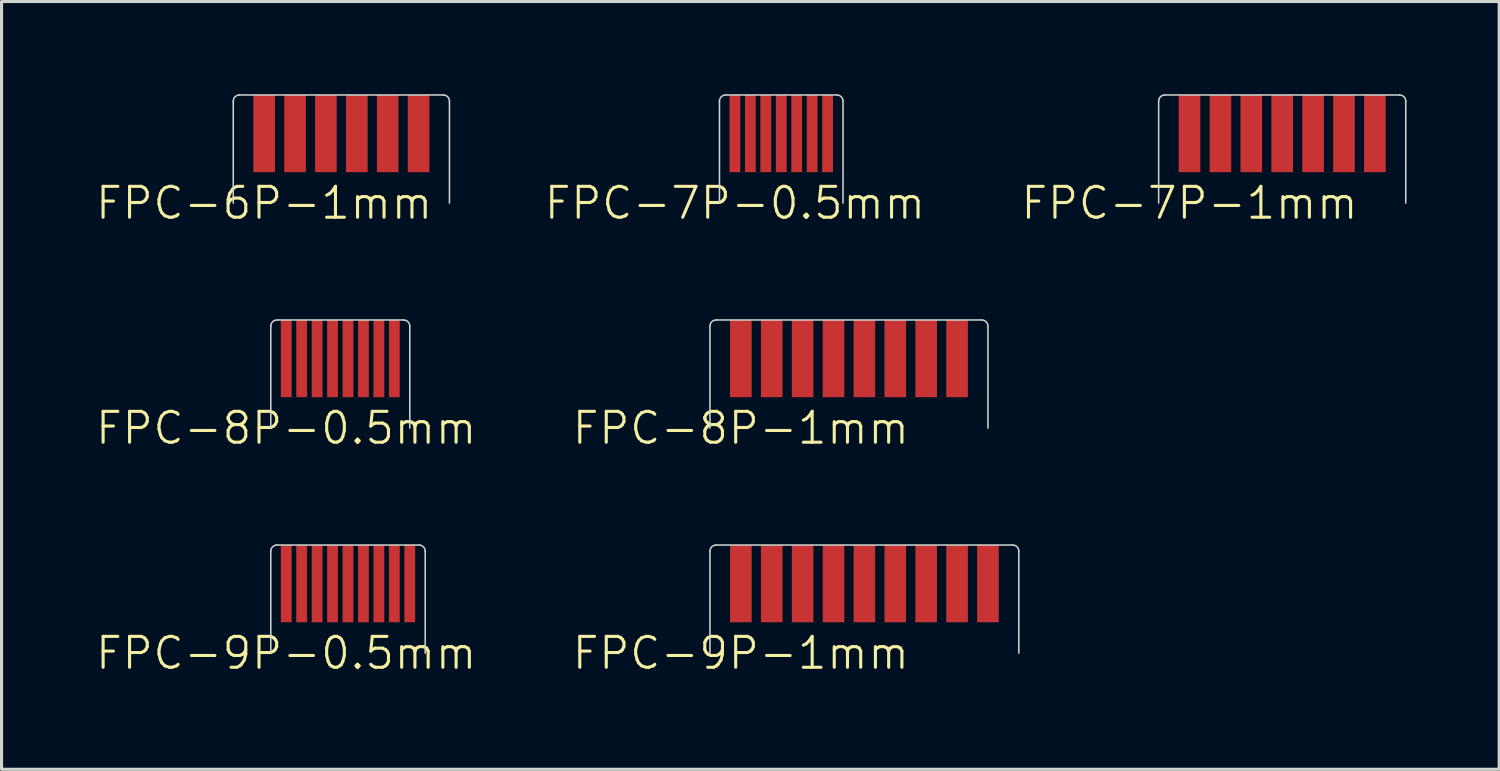
<source format=kicad_pcb>
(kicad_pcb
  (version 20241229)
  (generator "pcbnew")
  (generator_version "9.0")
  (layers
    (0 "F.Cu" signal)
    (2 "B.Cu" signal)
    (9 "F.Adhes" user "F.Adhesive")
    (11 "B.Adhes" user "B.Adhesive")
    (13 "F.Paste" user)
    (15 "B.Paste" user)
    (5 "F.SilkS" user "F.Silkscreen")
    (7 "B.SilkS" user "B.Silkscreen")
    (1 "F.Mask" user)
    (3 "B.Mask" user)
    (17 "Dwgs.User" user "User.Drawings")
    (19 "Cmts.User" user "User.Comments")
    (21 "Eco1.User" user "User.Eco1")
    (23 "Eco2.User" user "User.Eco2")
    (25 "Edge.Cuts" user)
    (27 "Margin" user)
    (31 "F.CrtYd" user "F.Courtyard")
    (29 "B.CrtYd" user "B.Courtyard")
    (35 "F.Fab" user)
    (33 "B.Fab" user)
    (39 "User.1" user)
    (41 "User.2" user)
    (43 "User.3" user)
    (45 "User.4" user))
  (footprint "FPC-8P-1mm"
    (layer "F.Cu")
    (at 20.936 8.56)
    (property "Reference" "FPC-8P-1mm" (at 0 2.25 0) (unlocked yes) (layer "F.SilkS") (effects (font (size 1 1) (thickness 0.1))))
    (attr smd)
    (fp_line (start -1 2.25) (end -1 -1.05) (stroke (width 0.05) (type default)) (layer "Edge.Cuts"))
    (fp_line (start -0.8 -1.25) (end 7.8 -1.25) (stroke (width 0.05) (type default)) (layer "Edge.Cuts"))
    (fp_line (start 8 2.25) (end 8 -1.05) (stroke (width 0.05) (type default)) (layer "Edge.Cuts"))
    (fp_arc (start -1 -1.05) (mid -0.941421 -1.191421) (end -0.8 -1.25) (stroke (width 0.05) (type default)) (layer "Edge.Cuts"))
    (fp_arc (start 7.8 -1.25) (mid 7.941421 -1.191421) (end 8 -1.05) (stroke (width 0.05) (type default)) (layer "Edge.Cuts"))
    (fp_line (start -1 2.25) (end -1 -1.05) (stroke (width 0.05) (type default)) (layer "User.1"))
    (fp_line (start -1 2.25) (end 8 2.25) (stroke (width 0.05) (type default)) (layer "User.1"))
    (fp_line (start -0.8 -1.25) (end 7.8 -1.25) (stroke (width 0.05) (type default)) (layer "User.1"))
    (fp_line (start 8 2.25) (end 8 -1.05) (stroke (width 0.05) (type default)) (layer "User.1"))
    (fp_arc (start -1 -1.05) (mid -0.941421 -1.191421) (end -0.8 -1.25) (stroke (width 0.05) (type default)) (layer "User.1"))
    (fp_arc (start 7.8 -1.25) (mid 7.941421 -1.191421) (end 8 -1.05) (stroke (width 0.05) (type default)) (layer "User.1"))
    (pad "1" smd rect (at 0 0 90) (size 2.5 0.7) (layers "F.Cu" "F.Mask" "F.Paste"))
    (pad "2" smd rect (at 1 0 90) (size 2.5 0.7) (layers "F.Cu" "F.Mask" "F.Paste"))
    (pad "3" smd rect (at 2 0 90) (size 2.5 0.7) (layers "F.Cu" "F.Mask" "F.Paste"))
    (pad "4" smd rect (at 3 0 90) (size 2.5 0.7) (layers "F.Cu" "F.Mask" "F.Paste"))
    (pad "5" smd rect (at 4 0 90) (size 2.5 0.7) (layers "F.Cu" "F.Mask" "F.Paste"))
    (pad "6" smd rect (at 5 0 90) (size 2.5 0.7) (layers "F.Cu" "F.Mask" "F.Paste"))
    (pad "7" smd rect (at 6 0 90) (size 2.5 0.7) (layers "F.Cu" "F.Mask" "F.Paste"))
    (pad "8" smd rect (at 7 0 90) (size 2.5 0.7) (layers "F.Cu" "F.Mask" "F.Paste")))
  (footprint "FPC-9P-1mm"
    (layer "F.Cu")
    (at 20.936 15.846)
    (property "Reference" "FPC-9P-1mm" (at 0 2.25 0) (unlocked yes) (layer "F.SilkS") (effects (font (size 1 1) (thickness 0.1))))
    (attr smd)
    (fp_line (start -1 2.25) (end -1 -1.05) (stroke (width 0.05) (type default)) (layer "Edge.Cuts"))
    (fp_line (start -0.8 -1.25) (end 8.8 -1.25) (stroke (width 0.05) (type default)) (layer "Edge.Cuts"))
    (fp_line (start 9 2.25) (end 9 -1.05) (stroke (width 0.05) (type default)) (layer "Edge.Cuts"))
    (fp_arc (start -1 -1.05) (mid -0.941421 -1.191421) (end -0.8 -1.25) (stroke (width 0.05) (type default)) (layer "Edge.Cuts"))
    (fp_arc (start 8.8 -1.25) (mid 8.941421 -1.191421) (end 9 -1.05) (stroke (width 0.05) (type default)) (layer "Edge.Cuts"))
    (fp_line (start -1 2.25) (end -1 -1.05) (stroke (width 0.05) (type default)) (layer "User.1"))
    (fp_line (start -1 2.25) (end 9 2.25) (stroke (width 0.05) (type default)) (layer "User.1"))
    (fp_line (start -0.8 -1.25) (end 8.8 -1.25) (stroke (width 0.05) (type default)) (layer "User.1"))
    (fp_line (start 9 2.25) (end 9 -1.05) (stroke (width 0.05) (type default)) (layer "User.1"))
    (fp_arc (start -1 -1.05) (mid -0.941421 -1.191421) (end -0.8 -1.25) (stroke (width 0.05) (type default)) (layer "User.1"))
    (fp_arc (start 8.8 -1.25) (mid 8.941421 -1.191421) (end 9 -1.05) (stroke (width 0.05) (type default)) (layer "User.1"))
    (pad "1" smd rect (at 0 0 90) (size 2.5 0.7) (layers "F.Cu" "F.Mask" "F.Paste"))
    (pad "2" smd rect (at 1 0 90) (size 2.5 0.7) (layers "F.Cu" "F.Mask" "F.Paste"))
    (pad "3" smd rect (at 2 0 90) (size 2.5 0.7) (layers "F.Cu" "F.Mask" "F.Paste"))
    (pad "4" smd rect (at 3 0 90) (size 2.5 0.7) (layers "F.Cu" "F.Mask" "F.Paste"))
    (pad "5" smd rect (at 4 0 90) (size 2.5 0.7) (layers "F.Cu" "F.Mask" "F.Paste"))
    (pad "6" smd rect (at 5 0 90) (size 2.5 0.7) (layers "F.Cu" "F.Mask" "F.Paste"))
    (pad "7" smd rect (at 6 0 90) (size 2.5 0.7) (layers "F.Cu" "F.Mask" "F.Paste"))
    (pad "8" smd rect (at 7 0 90) (size 2.5 0.7) (layers "F.Cu" "F.Mask" "F.Paste"))
    (pad "9" smd rect (at 8 0 90) (size 2.5 0.7) (layers "F.Cu" "F.Mask" "F.Paste")))
  (footprint "FPC-8P-0.5mm"
    (layer "F.Cu")
    (at 6.217 8.56)
    (property "Reference" "FPC-8P-0.5mm" (at 0 2.25 0) (unlocked yes) (layer "F.SilkS") (effects (font (size 1 1) (thickness 0.1))))
    (attr smd)
    (fp_line (start -0.5 2.25) (end -0.5 -1.05) (stroke (width 0.05) (type default)) (layer "Edge.Cuts"))
    (fp_line (start -0.3 -1.25) (end 3.8 -1.25) (stroke (width 0.05) (type default)) (layer "Edge.Cuts"))
    (fp_line (start 4 2.25) (end 4 -1.05) (stroke (width 0.05) (type default)) (layer "Edge.Cuts"))
    (fp_arc (start -0.5 -1.05) (mid -0.441421 -1.191421) (end -0.3 -1.25) (stroke (width 0.05) (type default)) (layer "Edge.Cuts"))
    (fp_arc (start 3.8 -1.25) (mid 3.941421 -1.191421) (end 4 -1.05) (stroke (width 0.05) (type default)) (layer "Edge.Cuts"))
    (fp_line (start -0.5 2.25) (end -0.5 -1.05) (stroke (width 0.05) (type default)) (layer "User.1"))
    (fp_line (start -0.5 2.25) (end 4 2.25) (stroke (width 0.05) (type default)) (layer "User.1"))
    (fp_line (start -0.3 -1.25) (end 3.8 -1.25) (stroke (width 0.05) (type default)) (layer "User.1"))
    (fp_line (start 4 2.25) (end 4 -1.05) (stroke (width 0.05) (type default)) (layer "User.1"))
    (fp_arc (start -0.5 -1.05) (mid -0.441421 -1.191421) (end -0.3 -1.25) (stroke (width 0.05) (type default)) (layer "User.1"))
    (fp_arc (start 3.8 -1.25) (mid 3.941421 -1.191421) (end 4 -1.05) (stroke (width 0.05) (type default)) (layer "User.1"))
    (pad "1" smd rect (at 0 0 90) (size 2.5 0.35) (layers "F.Cu" "F.Mask" "F.Paste"))
    (pad "2" smd rect (at 0.5 0 90) (size 2.5 0.35) (layers "F.Cu" "F.Mask" "F.Paste"))
    (pad "3" smd rect (at 1 0 90) (size 2.5 0.35) (layers "F.Cu" "F.Mask" "F.Paste"))
    (pad "4" smd rect (at 1.5 0 90) (size 2.5 0.35) (layers "F.Cu" "F.Mask" "F.Paste"))
    (pad "5" smd rect (at 2 0 90) (size 2.5 0.35) (layers "F.Cu" "F.Mask" "F.Paste"))
    (pad "6" smd rect (at 2.5 0 90) (size 2.5 0.35) (layers "F.Cu" "F.Mask" "F.Paste"))
    (pad "7" smd rect (at 3 0 90) (size 2.5 0.35) (layers "F.Cu" "F.Mask" "F.Paste"))
    (pad "8" smd rect (at 3.5 0 90) (size 2.5 0.35) (layers "F.Cu" "F.Mask" "F.Paste")))
  (footprint "FPC-7P-1mm"
    (layer "F.Cu")
    (at 35.463 1.275)
    (property "Reference" "FPC-7P-1mm" (at 0 2.25 0) (unlocked yes) (layer "F.SilkS") (effects (font (size 1 1) (thickness 0.1))))
    (attr smd)
    (fp_line (start -1 2.25) (end -1 -1.05) (stroke (width 0.05) (type default)) (layer "Edge.Cuts"))
    (fp_line (start -0.8 -1.25) (end 6.8 -1.25) (stroke (width 0.05) (type default)) (layer "Edge.Cuts"))
    (fp_line (start 7 2.25) (end 7 -1.05) (stroke (width 0.05) (type default)) (layer "Edge.Cuts"))
    (fp_arc (start -1 -1.05) (mid -0.941421 -1.191421) (end -0.8 -1.25) (stroke (width 0.05) (type default)) (layer "Edge.Cuts"))
    (fp_arc (start 6.8 -1.25) (mid 6.941421 -1.191421) (end 7 -1.05) (stroke (width 0.05) (type default)) (layer "Edge.Cuts"))
    (fp_line (start -1 2.25) (end -1 -1.05) (stroke (width 0.05) (type default)) (layer "User.1"))
    (fp_line (start -1 2.25) (end 7 2.25) (stroke (width 0.05) (type default)) (layer "User.1"))
    (fp_line (start -0.8 -1.25) (end 6.8 -1.25) (stroke (width 0.05) (type default)) (layer "User.1"))
    (fp_line (start 7 2.25) (end 7 -1.05) (stroke (width 0.05) (type default)) (layer "User.1"))
    (fp_arc (start -1 -1.05) (mid -0.941421 -1.191421) (end -0.8 -1.25) (stroke (width 0.05) (type default)) (layer "User.1"))
    (fp_arc (start 6.8 -1.25) (mid 6.941421 -1.191421) (end 7 -1.05) (stroke (width 0.05) (type default)) (layer "User.1"))
    (pad "1" smd rect (at 0 0 90) (size 2.5 0.7) (layers "F.Cu" "F.Mask" "F.Paste"))
    (pad "2" smd rect (at 1 0 90) (size 2.5 0.7) (layers "F.Cu" "F.Mask" "F.Paste"))
    (pad "3" smd rect (at 2 0 90) (size 2.5 0.7) (layers "F.Cu" "F.Mask" "F.Paste"))
    (pad "4" smd rect (at 3 0 90) (size 2.5 0.7) (layers "F.Cu" "F.Mask" "F.Paste"))
    (pad "5" smd rect (at 4 0 90) (size 2.5 0.7) (layers "F.Cu" "F.Mask" "F.Paste"))
    (pad "6" smd rect (at 5 0 90) (size 2.5 0.7) (layers "F.Cu" "F.Mask" "F.Paste"))
    (pad "7" smd rect (at 6 0 90) (size 2.5 0.7) (layers "F.Cu" "F.Mask" "F.Paste")))
  (footprint "FPC-9P-0.5mm"
    (layer "F.Cu")
    (at 6.217 15.846)
    (property "Reference" "FPC-9P-0.5mm" (at 0 2.25 0) (unlocked yes) (layer "F.SilkS") (effects (font (size 1 1) (thickness 0.1))))
    (attr smd)
    (fp_line (start -0.5 2.25) (end -0.5 -1.05) (stroke (width 0.05) (type default)) (layer "Edge.Cuts"))
    (fp_line (start -0.3 -1.25) (end 4.3 -1.25) (stroke (width 0.05) (type default)) (layer "Edge.Cuts"))
    (fp_line (start 4.5 2.25) (end 4.5 -1.05) (stroke (width 0.05) (type default)) (layer "Edge.Cuts"))
    (fp_arc (start -0.5 -1.05) (mid -0.441421 -1.191421) (end -0.3 -1.25) (stroke (width 0.05) (type default)) (layer "Edge.Cuts"))
    (fp_arc (start 4.3 -1.25) (mid 4.441421 -1.191421) (end 4.5 -1.05) (stroke (width 0.05) (type default)) (layer "Edge.Cuts"))
    (fp_line (start -0.5 2.25) (end -0.5 -1.05) (stroke (width 0.05) (type default)) (layer "User.1"))
    (fp_line (start -0.5 2.25) (end 4.5 2.25) (stroke (width 0.05) (type default)) (layer "User.1"))
    (fp_line (start -0.3 -1.25) (end 4.3 -1.25) (stroke (width 0.05) (type default)) (layer "User.1"))
    (fp_line (start 4.5 2.25) (end 4.5 -1.05) (stroke (width 0.05) (type default)) (layer "User.1"))
    (fp_arc (start -0.5 -1.05) (mid -0.441421 -1.191421) (end -0.3 -1.25) (stroke (width 0.05) (type default)) (layer "User.1"))
    (fp_arc (start 4.3 -1.25) (mid 4.441421 -1.191421) (end 4.5 -1.05) (stroke (width 0.05) (type default)) (layer "User.1"))
    (pad "1" smd rect (at 0 0 90) (size 2.5 0.35) (layers "F.Cu" "F.Mask" "F.Paste"))
    (pad "2" smd rect (at 0.5 0 90) (size 2.5 0.35) (layers "F.Cu" "F.Mask" "F.Paste"))
    (pad "3" smd rect (at 1 0 90) (size 2.5 0.35) (layers "F.Cu" "F.Mask" "F.Paste"))
    (pad "4" smd rect (at 1.5 0 90) (size 2.5 0.35) (layers "F.Cu" "F.Mask" "F.Paste"))
    (pad "5" smd rect (at 2 0 90) (size 2.5 0.35) (layers "F.Cu" "F.Mask" "F.Paste"))
    (pad "6" smd rect (at 2.5 0 90) (size 2.5 0.35) (layers "F.Cu" "F.Mask" "F.Paste"))
    (pad "7" smd rect (at 3 0 90) (size 2.5 0.35) (layers "F.Cu" "F.Mask" "F.Paste"))
    (pad "8" smd rect (at 3.5 0 90) (size 2.5 0.35) (layers "F.Cu" "F.Mask" "F.Paste"))
    (pad "9" smd rect (at 4 0 90) (size 2.5 0.35) (layers "F.Cu" "F.Mask" "F.Paste")))
  (footprint "FPC-7P-0.5mm"
    (layer "F.Cu")
    (at 20.744 1.275)
    (property "Reference" "FPC-7P-0.5mm" (at 0 2.25 0) (unlocked yes) (layer "F.SilkS") (effects (font (size 1 1) (thickness 0.1))))
    (attr smd)
    (fp_line (start -0.5 2.25) (end -0.5 -1.05) (stroke (width 0.05) (type default)) (layer "Edge.Cuts"))
    (fp_line (start -0.3 -1.25) (end 3.3 -1.25) (stroke (width 0.05) (type default)) (layer "Edge.Cuts"))
    (fp_line (start 3.5 2.25) (end 3.5 -1.05) (stroke (width 0.05) (type default)) (layer "Edge.Cuts"))
    (fp_arc (start -0.5 -1.05) (mid -0.441421 -1.191421) (end -0.3 -1.25) (stroke (width 0.05) (type default)) (layer "Edge.Cuts"))
    (fp_arc (start 3.3 -1.25) (mid 3.441421 -1.191421) (end 3.5 -1.05) (stroke (width 0.05) (type default)) (layer "Edge.Cuts"))
    (fp_line (start -0.5 2.25) (end -0.5 -1.05) (stroke (width 0.05) (type default)) (layer "User.1"))
    (fp_line (start -0.5 2.25) (end 3.5 2.25) (stroke (width 0.05) (type default)) (layer "User.1"))
    (fp_line (start -0.3 -1.25) (end 3.3 -1.25) (stroke (width 0.05) (type default)) (layer "User.1"))
    (fp_line (start 3.5 2.25) (end 3.5 -1.05) (stroke (width 0.05) (type default)) (layer "User.1"))
    (fp_arc (start -0.5 -1.05) (mid -0.441421 -1.191421) (end -0.3 -1.25) (stroke (width 0.05) (type default)) (layer "User.1"))
    (fp_arc (start 3.3 -1.25) (mid 3.441421 -1.191421) (end 3.5 -1.05) (stroke (width 0.05) (type default)) (layer "User.1"))
    (pad "1" smd rect (at 0 0 90) (size 2.5 0.35) (layers "F.Cu" "F.Mask" "F.Paste"))
    (pad "2" smd rect (at 0.5 0 90) (size 2.5 0.35) (layers "F.Cu" "F.Mask" "F.Paste"))
    (pad "3" smd rect (at 1 0 90) (size 2.5 0.35) (layers "F.Cu" "F.Mask" "F.Paste"))
    (pad "4" smd rect (at 1.5 0 90) (size 2.5 0.35) (layers "F.Cu" "F.Mask" "F.Paste"))
    (pad "5" smd rect (at 2 0 90) (size 2.5 0.35) (layers "F.Cu" "F.Mask" "F.Paste"))
    (pad "6" smd rect (at 2.5 0 90) (size 2.5 0.35) (layers "F.Cu" "F.Mask" "F.Paste"))
    (pad "7" smd rect (at 3 0 90) (size 2.5 0.35) (layers "F.Cu" "F.Mask" "F.Paste")))
  (footprint "FPC-6P-1mm"
    (layer "F.Cu")
    (at 5.502 1.275)
    (property "Reference" "FPC-6P-1mm" (at 0 2.25 0) (unlocked yes) (layer "F.SilkS") (effects (font (size 1 1) (thickness 0.1))))
    (attr smd)
    (fp_line (start -1 2.25) (end -1 -1.05) (stroke (width 0.05) (type default)) (layer "Edge.Cuts"))
    (fp_line (start -0.8 -1.25) (end 5.8 -1.25) (stroke (width 0.05) (type default)) (layer "Edge.Cuts"))
    (fp_line (start 6 2.25) (end 6 -1.05) (stroke (width 0.05) (type default)) (layer "Edge.Cuts"))
    (fp_arc (start -1 -1.05) (mid -0.941421 -1.191421) (end -0.8 -1.25) (stroke (width 0.05) (type default)) (layer "Edge.Cuts"))
    (fp_arc (start 5.8 -1.25) (mid 5.941421 -1.191421) (end 6 -1.05) (stroke (width 0.05) (type default)) (layer "Edge.Cuts"))
    (fp_line (start -1 2.25) (end -1 -1.05) (stroke (width 0.05) (type default)) (layer "User.1"))
    (fp_line (start -1 2.25) (end 6 2.25) (stroke (width 0.05) (type default)) (layer "User.1"))
    (fp_line (start -0.8 -1.25) (end 5.8 -1.25) (stroke (width 0.05) (type default)) (layer "User.1"))
    (fp_line (start 6 2.25) (end 6 -1.05) (stroke (width 0.05) (type default)) (layer "User.1"))
    (fp_arc (start -1 -1.05) (mid -0.941421 -1.191421) (end -0.8 -1.25) (stroke (width 0.05) (type default)) (layer "User.1"))
    (fp_arc (start 5.8 -1.25) (mid 5.941421 -1.191421) (end 6 -1.05) (stroke (width 0.05) (type default)) (layer "User.1"))
    (pad "1" smd rect (at 0 0 90) (size 2.5 0.7) (layers "F.Cu" "F.Mask" "F.Paste"))
    (pad "2" smd rect (at 1 0 90) (size 2.5 0.7) (layers "F.Cu" "F.Mask" "F.Paste"))
    (pad "3" smd rect (at 2 0 90) (size 2.5 0.7) (layers "F.Cu" "F.Mask" "F.Paste"))
    (pad "4" smd rect (at 3 0 90) (size 2.5 0.7) (layers "F.Cu" "F.Mask" "F.Paste"))
    (pad "5" smd rect (at 4 0 90) (size 2.5 0.7) (layers "F.Cu" "F.Mask" "F.Paste"))
    (pad "6" smd rect (at 5 0 90) (size 2.5 0.7) (layers "F.Cu" "F.Mask" "F.Paste")))
  (gr_rect
    (start -3 -3)
    (end 45.488 21.857)
    (stroke (width 0.1) (type default))
    (fill no)
    (layer "Edge.Cuts")))
</source>
